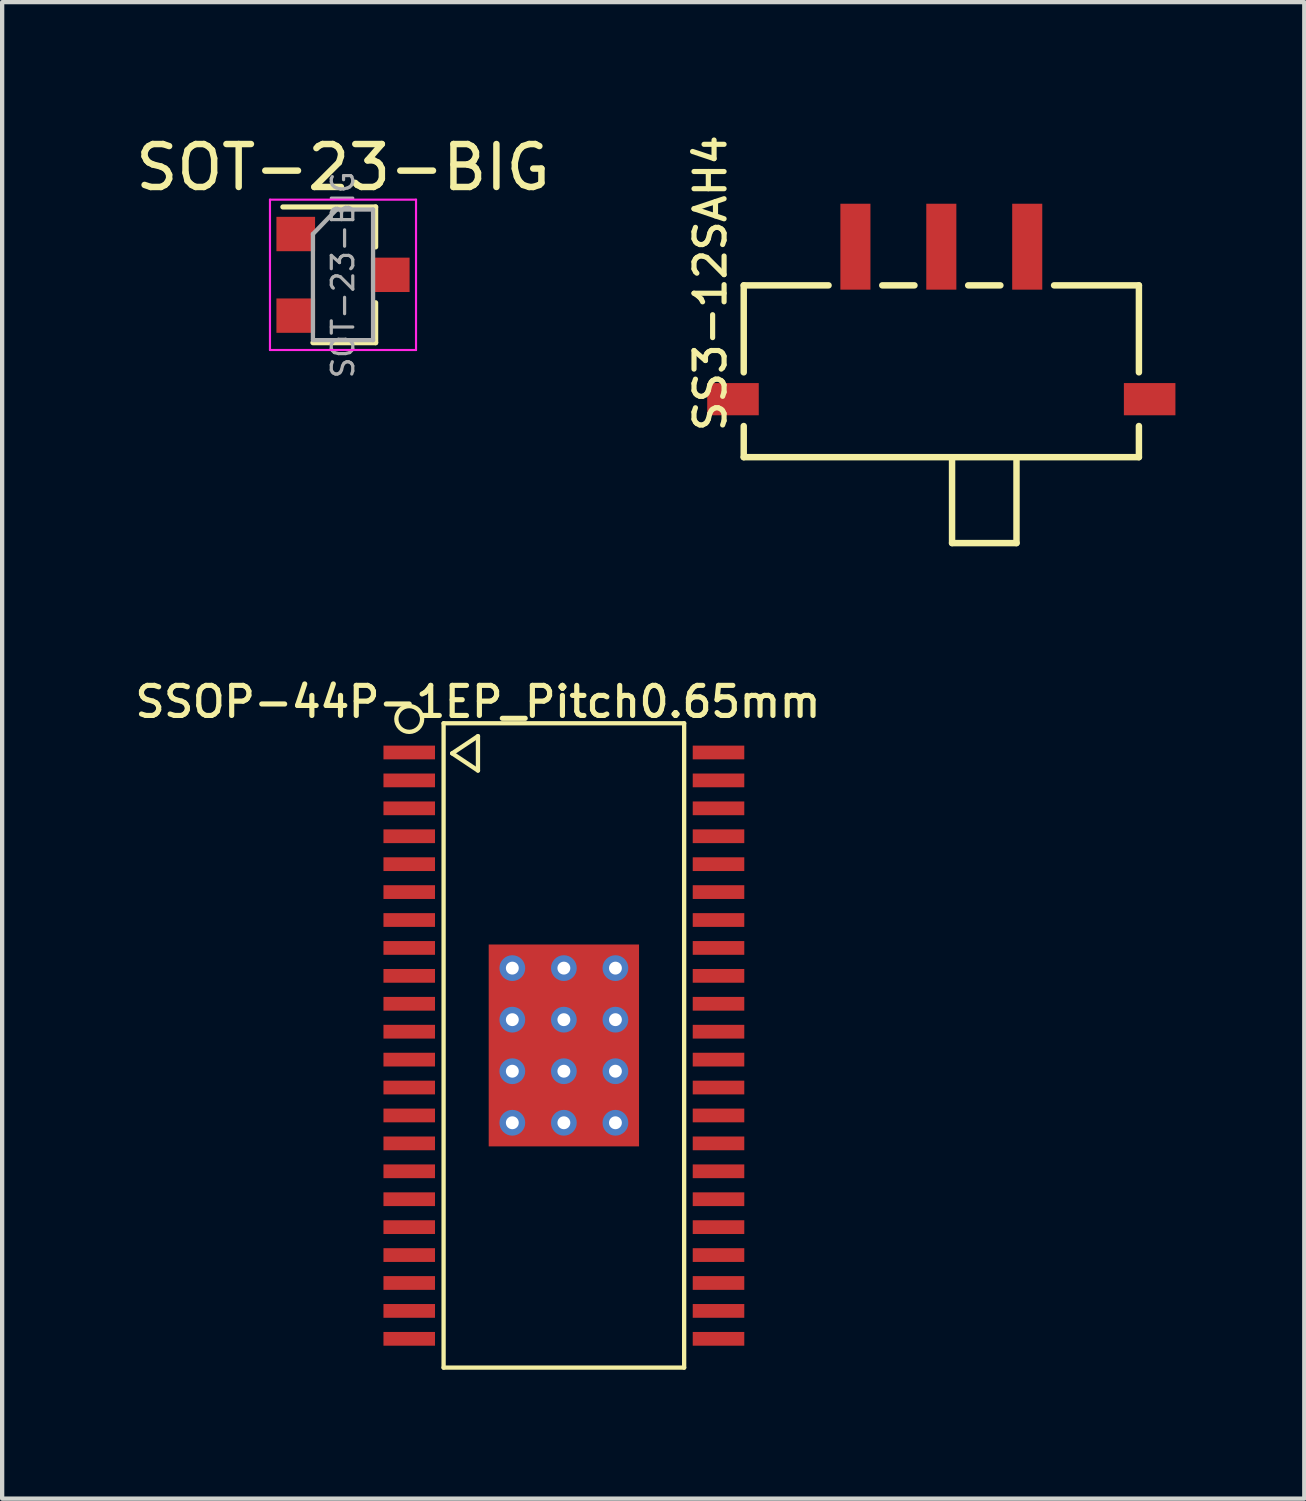
<source format=kicad_pcb>
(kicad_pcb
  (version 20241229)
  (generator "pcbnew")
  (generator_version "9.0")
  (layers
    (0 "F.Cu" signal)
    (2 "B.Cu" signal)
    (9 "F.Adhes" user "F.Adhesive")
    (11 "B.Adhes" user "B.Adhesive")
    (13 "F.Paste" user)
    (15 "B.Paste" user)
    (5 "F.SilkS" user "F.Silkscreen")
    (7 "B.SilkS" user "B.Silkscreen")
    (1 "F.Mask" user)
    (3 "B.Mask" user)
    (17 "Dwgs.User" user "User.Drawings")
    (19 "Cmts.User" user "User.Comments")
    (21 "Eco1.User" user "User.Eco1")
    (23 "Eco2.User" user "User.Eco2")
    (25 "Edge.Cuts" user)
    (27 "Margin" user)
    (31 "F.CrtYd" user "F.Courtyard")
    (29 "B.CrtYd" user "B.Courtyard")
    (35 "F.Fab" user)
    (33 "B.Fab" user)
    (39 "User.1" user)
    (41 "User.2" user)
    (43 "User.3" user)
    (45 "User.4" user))
  (footprint "SSOP-44P-1EP_Pitch0.65mm"
    (layer "F.Cu")
    (at 10.077 21.288)
    (property "Reference" "SSOP-44P-1EP_Pitch0.65mm" (at -2 -8 0) (layer "F.SilkS") (effects (font (size 0.7 0.7) (thickness 0.12))))
    (attr smd)
    (fp_line (start -2.8 -7.5) (end 2.8 -7.5) (stroke (width 0.1) (type solid)) (layer "F.SilkS"))
    (fp_line (start -2.8 7.5) (end -2.8 -7.5) (stroke (width 0.1) (type solid)) (layer "F.SilkS"))
    (fp_line (start -2.6 -6.8) (end -2 -6.4) (stroke (width 0.1) (type solid)) (layer "F.SilkS"))
    (fp_line (start -2 -7.2) (end -2.6 -6.8) (stroke (width 0.1) (type solid)) (layer "F.SilkS"))
    (fp_line (start -2 -6.4) (end -2 -7.2) (stroke (width 0.1) (type solid)) (layer "F.SilkS"))
    (fp_line (start 2.8 -7.5) (end 2.8 7.5) (stroke (width 0.1) (type solid)) (layer "F.SilkS"))
    (fp_line (start 2.8 7.5) (end -2.8 7.5) (stroke (width 0.1) (type solid)) (layer "F.SilkS"))
    (fp_circle (center -3.6 -7.6) (end -3.3 -7.6) (stroke (width 0.1) (type solid)) (fill no) (layer "F.SilkS"))
    (pad "1" smd rect (at -3.6 -6.82) (size 1.2 0.32) (layers "F.Cu" "F.Mask" "F.Paste"))
    (pad "2" smd rect (at -3.6 -6.17) (size 1.2 0.32) (layers "F.Cu" "F.Mask" "F.Paste"))
    (pad "3" smd rect (at -3.6 -5.52) (size 1.2 0.32) (layers "F.Cu" "F.Mask" "F.Paste"))
    (pad "4" smd rect (at -3.6 -4.87) (size 1.2 0.32) (layers "F.Cu" "F.Mask" "F.Paste"))
    (pad "5" smd rect (at -3.6 -4.22) (size 1.2 0.32) (layers "F.Cu" "F.Mask" "F.Paste"))
    (pad "6" smd rect (at -3.6 -3.57) (size 1.2 0.32) (layers "F.Cu" "F.Mask" "F.Paste"))
    (pad "7" smd rect (at -3.6 -2.92) (size 1.2 0.32) (layers "F.Cu" "F.Mask" "F.Paste"))
    (pad "8" smd rect (at -3.6 -2.27) (size 1.2 0.32) (layers "F.Cu" "F.Mask" "F.Paste"))
    (pad "9" smd rect (at -3.6 -1.62) (size 1.2 0.32) (layers "F.Cu" "F.Mask" "F.Paste"))
    (pad "10" smd rect (at -3.6 -0.97) (size 1.2 0.32) (layers "F.Cu" "F.Mask" "F.Paste"))
    (pad "11" smd rect (at -3.6 -0.32) (size 1.2 0.32) (layers "F.Cu" "F.Mask" "F.Paste"))
    (pad "12" smd rect (at -3.6 0.33) (size 1.2 0.32) (layers "F.Cu" "F.Mask" "F.Paste"))
    (pad "13" smd rect (at -3.6 0.98) (size 1.2 0.32) (layers "F.Cu" "F.Mask" "F.Paste"))
    (pad "14" smd rect (at -3.6 1.63) (size 1.2 0.32) (layers "F.Cu" "F.Mask" "F.Paste"))
    (pad "15" smd rect (at -3.6 2.28) (size 1.2 0.32) (layers "F.Cu" "F.Mask" "F.Paste"))
    (pad "16" smd rect (at -3.6 2.93) (size 1.2 0.32) (layers "F.Cu" "F.Mask" "F.Paste"))
    (pad "17" smd rect (at -3.6 3.58) (size 1.2 0.32) (layers "F.Cu" "F.Mask" "F.Paste"))
    (pad "18" smd rect (at -3.6 4.23) (size 1.2 0.32) (layers "F.Cu" "F.Mask" "F.Paste"))
    (pad "19" smd rect (at -3.6 4.88) (size 1.2 0.32) (layers "F.Cu" "F.Mask" "F.Paste"))
    (pad "20" smd rect (at -3.6 5.53) (size 1.2 0.32) (layers "F.Cu" "F.Mask" "F.Paste"))
    (pad "21" smd rect (at -3.6 6.18) (size 1.2 0.32) (layers "F.Cu" "F.Mask" "F.Paste"))
    (pad "22" smd rect (at -3.6 6.83) (size 1.2 0.32) (layers "F.Cu" "F.Mask" "F.Paste"))
    (pad "23" smd rect (at 3.6 6.83) (size 1.2 0.32) (layers "F.Cu" "F.Mask" "F.Paste"))
    (pad "24" smd rect (at 3.6 6.18) (size 1.2 0.32) (layers "F.Cu" "F.Mask" "F.Paste"))
    (pad "25" smd rect (at 3.6 5.53) (size 1.2 0.32) (layers "F.Cu" "F.Mask" "F.Paste"))
    (pad "26" smd rect (at 3.6 4.88) (size 1.2 0.32) (layers "F.Cu" "F.Mask" "F.Paste"))
    (pad "27" smd rect (at 3.6 4.23) (size 1.2 0.32) (layers "F.Cu" "F.Mask" "F.Paste"))
    (pad "28" smd rect (at 3.6 3.58) (size 1.2 0.32) (layers "F.Cu" "F.Mask" "F.Paste"))
    (pad "29" smd rect (at 3.6 2.93) (size 1.2 0.32) (layers "F.Cu" "F.Mask" "F.Paste"))
    (pad "30" smd rect (at 3.6 2.28) (size 1.2 0.32) (layers "F.Cu" "F.Mask" "F.Paste"))
    (pad "31" smd rect (at 3.6 1.63) (size 1.2 0.32) (layers "F.Cu" "F.Mask" "F.Paste"))
    (pad "32" smd rect (at 3.6 0.98) (size 1.2 0.32) (layers "F.Cu" "F.Mask" "F.Paste"))
    (pad "33" smd rect (at 3.6 0.33) (size 1.2 0.32) (layers "F.Cu" "F.Mask" "F.Paste"))
    (pad "34" smd rect (at 3.6 -0.32) (size 1.2 0.32) (layers "F.Cu" "F.Mask" "F.Paste"))
    (pad "35" smd rect (at 3.6 -0.97) (size 1.2 0.32) (layers "F.Cu" "F.Mask" "F.Paste"))
    (pad "36" smd rect (at 3.6 -1.62) (size 1.2 0.32) (layers "F.Cu" "F.Mask" "F.Paste"))
    (pad "37" smd rect (at 3.6 -2.27) (size 1.2 0.32) (layers "F.Cu" "F.Mask" "F.Paste"))
    (pad "38" smd rect (at 3.6 -2.92) (size 1.2 0.32) (layers "F.Cu" "F.Mask" "F.Paste"))
    (pad "39" smd rect (at 3.6 -3.57) (size 1.2 0.32) (layers "F.Cu" "F.Mask" "F.Paste"))
    (pad "40" smd rect (at 3.6 -4.22) (size 1.2 0.32) (layers "F.Cu" "F.Mask" "F.Paste"))
    (pad "41" smd rect (at 3.6 -4.87) (size 1.2 0.32) (layers "F.Cu" "F.Mask" "F.Paste"))
    (pad "42" smd rect (at 3.6 -5.52) (size 1.2 0.32) (layers "F.Cu" "F.Mask" "F.Paste"))
    (pad "43" smd rect (at 3.6 -6.17) (size 1.2 0.32) (layers "F.Cu" "F.Mask" "F.Paste"))
    (pad "44" smd rect (at 3.6 -6.82) (size 1.2 0.32) (layers "F.Cu" "F.Mask" "F.Paste"))
    (pad "45" thru_hole circle (at -1.2 -1.8) (size 0.6 0.6) (drill 0.3) (layers "*.Cu" "F.Mask"))
    (pad "45" thru_hole circle (at -1.2 -0.6) (size 0.6 0.6) (drill 0.3) (layers "*.Cu" "F.Mask"))
    (pad "45" thru_hole circle (at -1.2 0.6) (size 0.6 0.6) (drill 0.3) (layers "*.Cu" "F.Mask"))
    (pad "45" thru_hole circle (at -1.2 1.8) (size 0.6 0.6) (drill 0.3) (layers "*.Cu" "F.Mask"))
    (pad "45" thru_hole circle (at 0 -1.8) (size 0.6 0.6) (drill 0.3) (layers "*.Cu" "F.Mask"))
    (pad "45" thru_hole circle (at 0 -0.6) (size 0.6 0.6) (drill 0.3) (layers "*.Cu" "F.Mask"))
    (pad "45" smd rect (at 0 0) (size 3.5 4.7) (layers "F.Cu" "F.Mask" "F.Paste"))
    (pad "45" thru_hole circle (at 0 0.6) (size 0.6 0.6) (drill 0.3) (layers "*.Cu" "F.Mask"))
    (pad "45" thru_hole circle (at 0 1.8) (size 0.6 0.6) (drill 0.3) (layers "*.Cu" "F.Mask"))
    (pad "45" thru_hole circle (at 1.2 -1.8) (size 0.6 0.6) (drill 0.3) (layers "*.Cu" "F.Mask"))
    (pad "45" thru_hole circle (at 1.2 -0.6) (size 0.6 0.6) (drill 0.3) (layers "*.Cu" "F.Mask"))
    (pad "45" thru_hole circle (at 1.2 0.6) (size 0.6 0.6) (drill 0.3) (layers "*.Cu" "F.Mask"))
    (pad "45" thru_hole circle (at 1.2 1.8) (size 0.6 0.6) (drill 0.3) (layers "*.Cu" "F.Mask")))
  (footprint "SOT-23-BIG"
    (layer "F.Cu")
    (at 4.935 3.348)
    (property "Reference" "SOT-23-BIG" (at 0 -2.5 0) (layer "F.SilkS") (effects (font (size 1 1) (thickness 0.15))))
    (attr smd)
    (fp_line (start 0.76 -1.58) (end -1.4 -1.58) (stroke (width 0.12) (type solid)) (layer "F.SilkS"))
    (fp_line (start 0.76 -1.58) (end 0.76 -0.65) (stroke (width 0.12) (type solid)) (layer "F.SilkS"))
    (fp_line (start 0.76 1.58) (end -0.7 1.58) (stroke (width 0.12) (type solid)) (layer "F.SilkS"))
    (fp_line (start 0.76 1.58) (end 0.76 0.65) (stroke (width 0.12) (type solid)) (layer "F.SilkS"))
    (fp_line (start -1.7 -1.75) (end 1.7 -1.75) (stroke (width 0.05) (type solid)) (layer "F.CrtYd"))
    (fp_line (start -1.7 1.75) (end -1.7 -1.75) (stroke (width 0.05) (type solid)) (layer "F.CrtYd"))
    (fp_line (start 1.7 -1.75) (end 1.7 1.75) (stroke (width 0.05) (type solid)) (layer "F.CrtYd"))
    (fp_line (start 1.7 1.75) (end -1.7 1.75) (stroke (width 0.05) (type solid)) (layer "F.CrtYd"))
    (fp_line (start -0.7 -0.95) (end -0.7 1.5) (stroke (width 0.1) (type solid)) (layer "F.Fab"))
    (fp_line (start -0.7 -0.95) (end -0.15 -1.52) (stroke (width 0.1) (type solid)) (layer "F.Fab"))
    (fp_line (start -0.7 1.52) (end 0.7 1.52) (stroke (width 0.1) (type solid)) (layer "F.Fab"))
    (fp_line (start -0.15 -1.52) (end 0.7 -1.52) (stroke (width 0.1) (type solid)) (layer "F.Fab"))
    (fp_line (start 0.7 -1.52) (end 0.7 1.52) (stroke (width 0.1) (type solid)) (layer "F.Fab"))
    (fp_text user "${REFERENCE}" (at 0 0 90) (layer "F.Fab") (effects (font (size 0.5 0.5) (thickness 0.075))))
    (pad "1" smd rect (at -1.1 -0.95) (size 0.9 0.8) (layers "F.Cu" "F.Mask" "F.Paste"))
    (pad "2" smd rect (at -1.1 0.95) (size 0.9 0.8) (layers "F.Cu" "F.Mask" "F.Paste"))
    (pad "3" smd rect (at 1.1 0) (size 0.9 0.8) (layers "F.Cu" "F.Mask" "F.Paste")))
  (footprint "SS3-12SAH4"
    (layer "F.Cu")
    (at 18.864 2.418)
    (property "Reference" "SS3-12SAH4" (at -5.375 1.125 90) (layer "F.SilkS") (effects (font (size 0.7 0.7) (thickness 0.12))))
    (attr through_hole)
    (fp_line (start -4.6 1.175) (end -4.6 3.2) (stroke (width 0.15) (type solid)) (layer "F.SilkS"))
    (fp_line (start -4.6 5.175) (end -4.6 4.45) (stroke (width 0.15) (type solid)) (layer "F.SilkS"))
    (fp_line (start -4.6 5.175) (end 4.6 5.175) (stroke (width 0.15) (type solid)) (layer "F.SilkS"))
    (fp_line (start -2.625 1.175) (end -4.6 1.175) (stroke (width 0.15) (type solid)) (layer "F.SilkS"))
    (fp_line (start -1.375 1.175) (end -0.625 1.175) (stroke (width 0.15) (type solid)) (layer "F.SilkS"))
    (fp_line (start 0.25 5.175) (end 0.25 7.175) (stroke (width 0.15) (type solid)) (layer "F.SilkS"))
    (fp_line (start 0.25 7.175) (end 1.75 7.175) (stroke (width 0.15) (type solid)) (layer "F.SilkS"))
    (fp_line (start 0.625 1.175) (end 1.375 1.175) (stroke (width 0.15) (type solid)) (layer "F.SilkS"))
    (fp_line (start 1.75 7.175) (end 1.75 5.175) (stroke (width 0.15) (type solid)) (layer "F.SilkS"))
    (fp_line (start 2.625 1.175) (end 4.6 1.175) (stroke (width 0.15) (type solid)) (layer "F.SilkS"))
    (fp_line (start 4.6 1.175) (end 4.6 3.2) (stroke (width 0.15) (type solid)) (layer "F.SilkS"))
    (fp_line (start 4.6 5.175) (end 4.6 4.45) (stroke (width 0.15) (type solid)) (layer "F.SilkS"))
    (pad "1" smd rect (at 2 0.275) (size 0.7 2) (layers "F.Cu" "F.Mask" "F.Paste"))
    (pad "2" smd rect (at 0 0.275) (size 0.7 2) (layers "F.Cu" "F.Mask" "F.Paste"))
    (pad "3" smd rect (at -2 0.275) (size 0.7 2) (layers "F.Cu" "F.Mask" "F.Paste"))
    (pad "4" smd rect (at -4.85 3.825) (size 1.2 0.75) (layers "F.Cu" "F.Mask" "F.Paste"))
    (pad "4" smd rect (at 4.85 3.825) (size 1.2 0.75) (layers "F.Cu" "F.Mask" "F.Paste")))
  (gr_rect
    (start -3 -3)
    (end 27.314 31.838)
    (stroke (width 0.1) (type default))
    (fill no)
    (layer "Edge.Cuts")))
</source>
